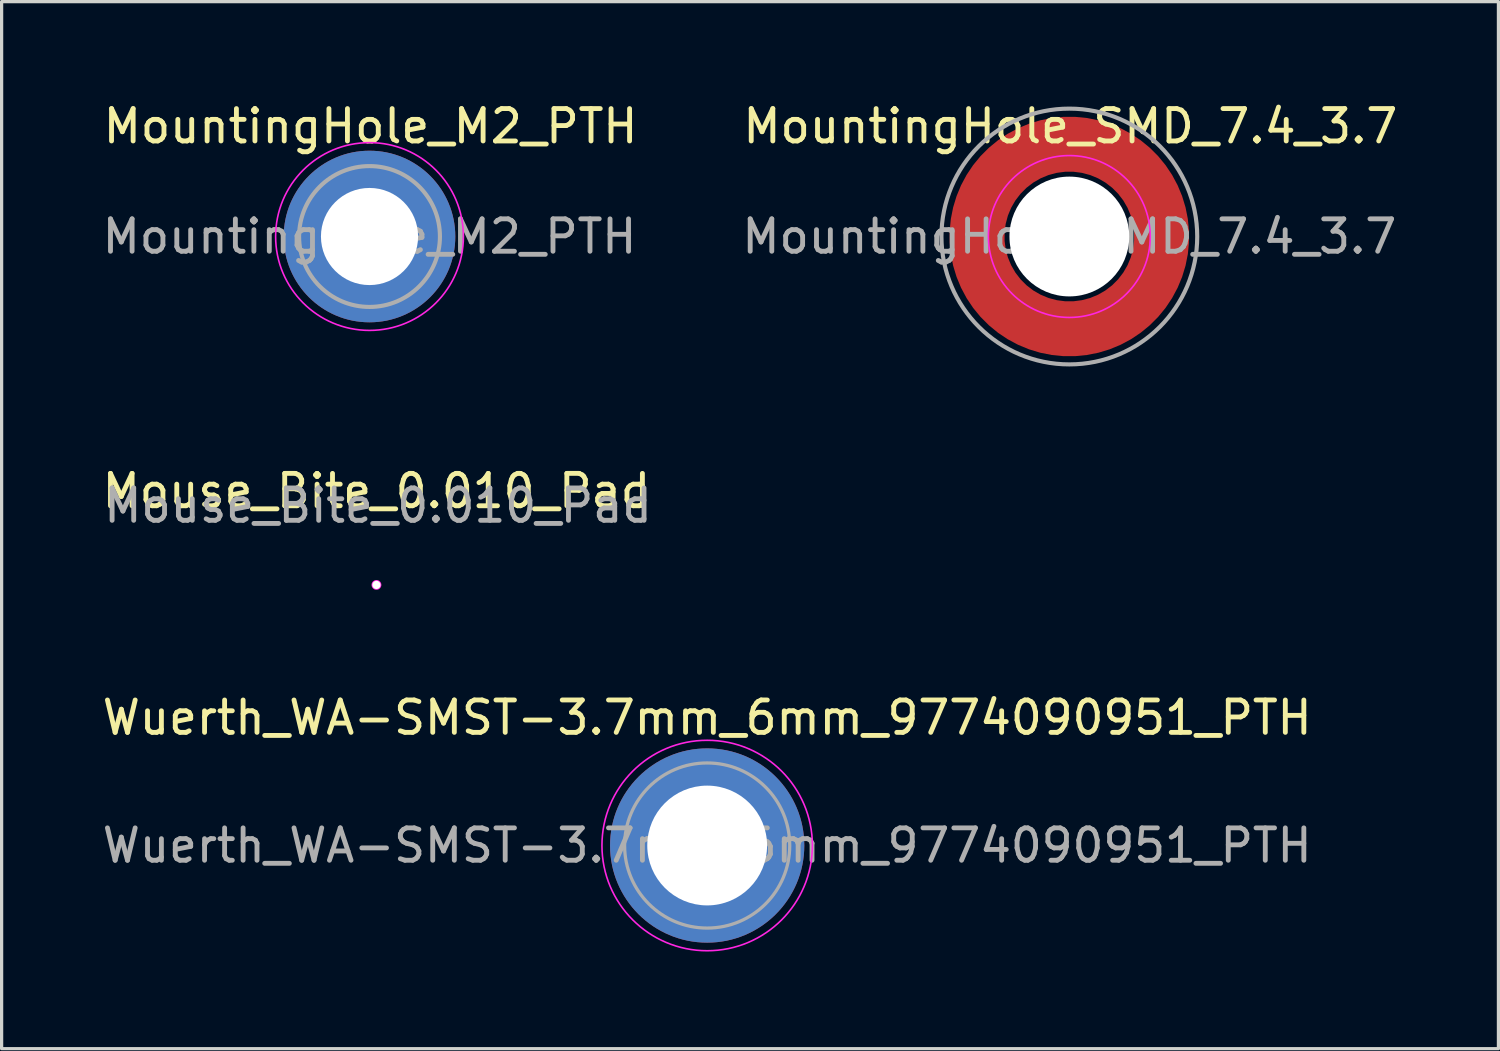
<source format=kicad_pcb>
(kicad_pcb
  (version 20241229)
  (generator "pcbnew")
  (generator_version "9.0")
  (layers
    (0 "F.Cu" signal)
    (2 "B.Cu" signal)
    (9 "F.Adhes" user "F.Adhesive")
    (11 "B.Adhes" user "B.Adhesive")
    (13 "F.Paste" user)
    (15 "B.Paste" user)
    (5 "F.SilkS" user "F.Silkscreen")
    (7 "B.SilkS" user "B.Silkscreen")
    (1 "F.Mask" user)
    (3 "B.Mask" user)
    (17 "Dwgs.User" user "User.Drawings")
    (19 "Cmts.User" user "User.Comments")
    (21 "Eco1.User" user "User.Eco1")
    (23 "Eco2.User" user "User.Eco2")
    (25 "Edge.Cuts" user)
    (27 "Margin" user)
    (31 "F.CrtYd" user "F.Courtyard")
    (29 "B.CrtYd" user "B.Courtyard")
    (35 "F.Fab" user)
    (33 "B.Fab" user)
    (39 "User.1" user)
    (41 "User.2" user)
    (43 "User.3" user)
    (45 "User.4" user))
  (footprint "MountingHole_SMD_7.4_3.7"
    (layer "F.Cu")
    (at 29.978 4.255)
    (property "Reference" "MountingHole_SMD_7.4_3.7" (at 0.032 -3.406 0) (layer "F.SilkS") (effects (font (size 1 1) (thickness 0.15))))
    (attr through_hole)
    (fp_circle (center 0 0) (end 2.5 0) (stroke (width 0.05) (type solid)) (fill no) (layer "F.CrtYd"))
    (fp_circle (center 0 0) (end 3.95 0) (stroke (width 0.127) (type solid)) (fill no) (layer "F.Fab"))
    (fp_text user "${REFERENCE}" (at 0 0 0) (layer "F.Fab") (effects (font (size 1 1) (thickness 0.15))))
    (pad "" np_thru_hole circle (at 0 0) (size 3.7 3.7) (drill 3.7) (layers "*.Cu" "*.Mask"))
    (pad "1" smd custom (at 2.85 0) (size 1 1) (layers "F.Cu" "F.Mask") (options (anchor circle)) (primitives (gr_circle (center -2.85 0) (end 0 0) (width 1.7) (fill no)))))
  (footprint "Wuerth_WA-SMST-3.7mm_6mm_9774090951_PTH"
    (layer "F.Cu")
    (at 18.792 23.065)
    (property "Reference" "Wuerth_WA-SMST-3.7mm_6mm_9774090951_PTH" (at 0 -3.95 0) (layer "F.SilkS") (effects (font (size 1 1) (thickness 0.15))))
    (attr smd)
    (fp_circle (center 0 0) (end 3.25 0) (stroke (width 0.05) (type solid)) (fill no) (layer "F.CrtYd"))
    (fp_circle (center 0 0) (end 2.55 0) (stroke (width 0.1) (type solid)) (fill no) (layer "F.Fab"))
    (fp_text user "${REFERENCE}" (at 0 0 0) (layer "F.Fab") (effects (font (size 1 1) (thickness 0.15))))
    (pad "" smd custom (at -1.704 -1.704) (size 0.62 0.62) (layers "F.Paste") (options (anchor circle)) (primitives (gr_arc (start -0.250195 1.279127) (mid 0.289146 0.290681) (end 1.277006 -0.249732) (width 0.2)) (gr_arc (start -0.34334 1.279127) (mid 0.224883 0.226093) (end 1.277452 -0.342992) (width 0.2)) (gr_arc (start -0.436309 1.279127) (mid 0.160537 0.16159) (end 1.277666 -0.436018) (width 0.2)) (gr_arc (start -0.529126 1.279127) (mid 0.095932 0.097343) (end 1.277167 -0.528752) (width 0.2)) (gr_arc (start -0.621807 1.279127) (mid 0.0309 0.033527) (end 1.275473 -0.621136) (width 0.2)) (gr_arc (start -0.71437 1.279127) (mid -0.03322 -0.031206) (end 1.276322 -0.713875) (width 0.2)) (gr_arc (start -0.806826 1.279127) (mid -0.097997 -0.095278) (end 1.275336 -0.806181) (width 0.2)) (gr_arc (start -0.899187 1.279127) (mid -0.161977 -0.160149) (end 1.276577 -0.898769) (width 0.2)) (gr_arc (start -0.991463 1.279127) (mid -0.226842 -0.224133) (end 1.275343 -0.990864) (width 0.2)) (gr_arc (start -1.083663 1.279127) (mid -0.291026 -0.288801) (end 1.276016 -1.083187) (width 0.2)) (gr_line (start 1.279 -0.25) (end 1.279 -1.084) (width 0.2)) (gr_line (start -0.25 1.279) (end -1.084 1.279) (width 0.2))))
    (pad "" smd custom (at -1.704 1.704) (size 0.62 0.62) (layers "F.Paste") (options (anchor circle)) (primitives (gr_arc (start 1.279127 0.250195) (mid 0.290681 -0.289146) (end -0.249732 -1.277006) (width 0.2)) (gr_arc (start 1.279127 0.34334) (mid 0.226093 -0.224883) (end -0.342992 -1.277452) (width 0.2)) (gr_arc (start 1.279127 0.436309) (mid 0.16159 -0.160537) (end -0.436018 -1.277666) (width 0.2)) (gr_arc (start 1.279127 0.529126) (mid 0.097343 -0.095932) (end -0.528752 -1.277167) (width 0.2)) (gr_arc (start 1.279127 0.621807) (mid 0.033527 -0.0309) (end -0.621136 -1.275473) (width 0.2)) (gr_arc (start 1.279127 0.71437) (mid -0.031206 0.03322) (end -0.713875 -1.276322) (width 0.2)) (gr_arc (start 1.279127 0.806826) (mid -0.095278 0.097997) (end -0.806181 -1.275336) (width 0.2)) (gr_arc (start 1.279127 0.899187) (mid -0.160149 0.161977) (end -0.898769 -1.276577) (width 0.2)) (gr_arc (start 1.279127 0.991463) (mid -0.224133 0.226842) (end -0.990864 -1.275343) (width 0.2)) (gr_arc (start 1.279127 1.083663) (mid -0.288801 0.291026) (end -1.083187 -1.276016) (width 0.2)) (gr_line (start -0.25 -1.279) (end -1.084 -1.279) (width 0.2)) (gr_line (start 1.279 0.25) (end 1.279 1.084) (width 0.2))))
    (pad "" smd custom (at 1.704 -1.704) (size 0.62 0.62) (layers "F.Paste") (options (anchor circle)) (primitives (gr_arc (start -1.279127 -0.250195) (mid -0.290681 0.289146) (end 0.249732 1.277006) (width 0.2)) (gr_arc (start -1.279127 -0.34334) (mid -0.226093 0.224883) (end 0.342992 1.277452) (width 0.2)) (gr_arc (start -1.279127 -0.436309) (mid -0.16159 0.160537) (end 0.436018 1.277666) (width 0.2)) (gr_arc (start -1.279127 -0.529126) (mid -0.097343 0.095932) (end 0.528752 1.277167) (width 0.2)) (gr_arc (start -1.279127 -0.621807) (mid -0.033527 0.0309) (end 0.621136 1.275473) (width 0.2)) (gr_arc (start -1.279127 -0.71437) (mid 0.031206 -0.03322) (end 0.713875 1.276322) (width 0.2)) (gr_arc (start -1.279127 -0.806826) (mid 0.095278 -0.097997) (end 0.806181 1.275336) (width 0.2)) (gr_arc (start -1.279127 -0.899187) (mid 0.160149 -0.161977) (end 0.898769 1.276577) (width 0.2)) (gr_arc (start -1.279127 -0.991463) (mid 0.224133 -0.226842) (end 0.990864 1.275343) (width 0.2)) (gr_arc (start -1.279127 -1.083663) (mid 0.288801 -0.291026) (end 1.083187 1.276016) (width 0.2)) (gr_line (start 0.25 1.279) (end 1.084 1.279) (width 0.2)) (gr_line (start -1.279 -0.25) (end -1.279 -1.084) (width 0.2))))
    (pad "" smd custom (at 1.704 1.704) (size 0.62 0.62) (layers "F.Paste") (options (anchor circle)) (primitives (gr_arc (start 0.250195 -1.279127) (mid -0.289146 -0.290681) (end -1.277006 0.249732) (width 0.2)) (gr_arc (start 0.34334 -1.279127) (mid -0.224883 -0.226093) (end -1.277452 0.342992) (width 0.2)) (gr_arc (start 0.436309 -1.279127) (mid -0.160537 -0.16159) (end -1.277666 0.436018) (width 0.2)) (gr_arc (start 0.529126 -1.279127) (mid -0.095932 -0.097343) (end -1.277167 0.528752) (width 0.2)) (gr_arc (start 0.621807 -1.279127) (mid -0.0309 -0.033527) (end -1.275473 0.621136) (width 0.2)) (gr_arc (start 0.71437 -1.279127) (mid 0.03322 0.031206) (end -1.276322 0.713875) (width 0.2)) (gr_arc (start 0.806826 -1.279127) (mid 0.097997 0.095278) (end -1.275336 0.806181) (width 0.2)) (gr_arc (start 0.899187 -1.279127) (mid 0.161977 0.160149) (end -1.276577 0.898769) (width 0.2)) (gr_arc (start 0.991463 -1.279127) (mid 0.226842 0.224133) (end -1.275343 0.990864) (width 0.2)) (gr_arc (start 1.083663 -1.279127) (mid 0.291026 0.288801) (end -1.276016 1.083187) (width 0.2)) (gr_line (start -1.279 0.25) (end -1.279 1.084) (width 0.2)) (gr_line (start 0.25 -1.279) (end 1.084 -1.279) (width 0.2))))
    (pad "1" smd circle (at -2.425 0) (size 0.75 0.75) (layers "F.Cu"))
    (pad "1" smd circle (at 0 -2.425) (size 0.75 0.75) (layers "F.Cu"))
    (pad "1" thru_hole circle (at 0 0) (size 6 6) (drill 3.7) (layers "*.Cu" "*.Mask"))
    (pad "1" smd circle (at 0 2.425) (size 0.75 0.75) (layers "F.Cu")))
  (footprint "MountingHole_M2_PTH"
    (layer "F.Cu")
    (at 8.363 4.255)
    (property "Reference" "MountingHole_M2_PTH" (at 0.032 -3.406 0) (layer "F.SilkS") (effects (font (size 1 1) (thickness 0.15))))
    (attr smd)
    (fp_poly (pts (xy -2.54 0.3) (xy -1.52 0.3) (xy -1.51 0.355) (xy -1.49 0.43) (xy -1.46 0.525) (xy -1.42 0.625) (xy -1.355 0.755) (xy -1.31 0.83) (xy -1.255 0.91) (xy -1.205 0.975) (xy -1.145 1.045) (xy -1.11 1.08) (xy -1.07 1.12) (xy -1.025 1.165) (xy -0.97 1.21) (xy -0.89 1.27) (xy -0.815 1.32) (xy -0.745 1.36) (xy -0.645 1.41) (xy -0.575 1.44) (xy -0.51 1.465) (xy -0.43 1.49) (xy -0.355 1.51) (xy -0.3 1.52) (xy -0.3 2.54) (xy -0.36 2.535) (xy -0.425 2.525) (xy -0.51 2.51) (xy -0.6 2.49) (xy -0.675 2.47) (xy -0.75 2.45) (xy -0.825 2.425) (xy -0.895 2.4) (xy -0.97 2.37) (xy -1.04 2.34) (xy -1.115 2.305) (xy -1.165 2.28) (xy -1.25 2.235) (xy -1.32 2.195) (xy -1.39 2.15) (xy -1.465 2.1) (xy -1.56 2.03) (xy -1.655 1.955) (xy -1.715 1.9) (xy -1.785 1.835) (xy -1.845 1.775) (xy -1.905 1.71) (xy -1.955 1.655) (xy -2.01 1.585) (xy -2.06 1.52) (xy -2.11 1.45) (xy -2.16 1.375) (xy -2.2 1.31) (xy -2.245 1.23) (xy -2.285 1.155) (xy -2.325 1.075) (xy -2.36 0.995) (xy -2.39 0.92) (xy -2.415 0.855) (xy -2.445 0.76) (xy -2.475 0.66) (xy -2.5 0.56) (xy -2.515 0.485) (xy -2.525 0.425) (xy -2.535 0.36)) (stroke (width 0.01) (type solid)) (fill yes) (layer "F.Paste"))
    (fp_poly (pts (xy -0.3 -2.54) (xy -0.3 -1.52) (xy -0.355 -1.51) (xy -0.43 -1.49) (xy -0.525 -1.46) (xy -0.625 -1.42) (xy -0.755 -1.355) (xy -0.83 -1.31) (xy -0.91 -1.255) (xy -0.975 -1.205) (xy -1.045 -1.145) (xy -1.08 -1.11) (xy -1.12 -1.07) (xy -1.165 -1.025) (xy -1.21 -0.97) (xy -1.27 -0.89) (xy -1.32 -0.815) (xy -1.36 -0.745) (xy -1.41 -0.645) (xy -1.44 -0.575) (xy -1.465 -0.51) (xy -1.49 -0.43) (xy -1.51 -0.355) (xy -1.52 -0.3) (xy -2.54 -0.3) (xy -2.535 -0.36) (xy -2.525 -0.425) (xy -2.51 -0.51) (xy -2.49 -0.6) (xy -2.47 -0.675) (xy -2.45 -0.75) (xy -2.425 -0.825) (xy -2.4 -0.895) (xy -2.37 -0.97) (xy -2.34 -1.04) (xy -2.305 -1.115) (xy -2.28 -1.165) (xy -2.235 -1.25) (xy -2.195 -1.32) (xy -2.15 -1.39) (xy -2.1 -1.465) (xy -2.03 -1.56) (xy -1.955 -1.655) (xy -1.9 -1.715) (xy -1.835 -1.785) (xy -1.775 -1.845) (xy -1.71 -1.905) (xy -1.655 -1.955) (xy -1.585 -2.01) (xy -1.52 -2.06) (xy -1.45 -2.11) (xy -1.375 -2.16) (xy -1.31 -2.2) (xy -1.23 -2.245) (xy -1.155 -2.285) (xy -1.075 -2.325) (xy -0.995 -2.36) (xy -0.92 -2.39) (xy -0.855 -2.415) (xy -0.76 -2.445) (xy -0.66 -2.475) (xy -0.56 -2.5) (xy -0.485 -2.515) (xy -0.425 -2.525) (xy -0.36 -2.535)) (stroke (width 0.01) (type solid)) (fill yes) (layer "F.Paste"))
    (fp_poly (pts (xy 0.3 2.54) (xy 0.3 1.52) (xy 0.355 1.51) (xy 0.43 1.49) (xy 0.525 1.46) (xy 0.625 1.42) (xy 0.755 1.355) (xy 0.83 1.31) (xy 0.91 1.255) (xy 0.975 1.205) (xy 1.045 1.145) (xy 1.08 1.11) (xy 1.12 1.07) (xy 1.165 1.025) (xy 1.21 0.97) (xy 1.27 0.89) (xy 1.32 0.815) (xy 1.36 0.745) (xy 1.41 0.645) (xy 1.44 0.575) (xy 1.465 0.51) (xy 1.49 0.43) (xy 1.51 0.355) (xy 1.52 0.3) (xy 2.54 0.3) (xy 2.535 0.36) (xy 2.525 0.425) (xy 2.51 0.51) (xy 2.49 0.6) (xy 2.47 0.675) (xy 2.45 0.75) (xy 2.425 0.825) (xy 2.4 0.895) (xy 2.37 0.97) (xy 2.34 1.04) (xy 2.305 1.115) (xy 2.28 1.165) (xy 2.235 1.25) (xy 2.195 1.32) (xy 2.15 1.39) (xy 2.1 1.465) (xy 2.03 1.56) (xy 1.955 1.655) (xy 1.9 1.715) (xy 1.835 1.785) (xy 1.775 1.845) (xy 1.71 1.905) (xy 1.655 1.955) (xy 1.585 2.01) (xy 1.52 2.06) (xy 1.45 2.11) (xy 1.375 2.16) (xy 1.31 2.2) (xy 1.23 2.245) (xy 1.155 2.285) (xy 1.075 2.325) (xy 0.995 2.36) (xy 0.92 2.39) (xy 0.855 2.415) (xy 0.76 2.445) (xy 0.66 2.475) (xy 0.56 2.5) (xy 0.485 2.515) (xy 0.425 2.525) (xy 0.36 2.535)) (stroke (width 0.01) (type solid)) (fill yes) (layer "F.Paste"))
    (fp_poly (pts (xy 2.54 -0.3) (xy 1.52 -0.3) (xy 1.51 -0.355) (xy 1.49 -0.43) (xy 1.46 -0.525) (xy 1.42 -0.625) (xy 1.355 -0.755) (xy 1.31 -0.83) (xy 1.255 -0.91) (xy 1.205 -0.975) (xy 1.145 -1.045) (xy 1.11 -1.08) (xy 1.07 -1.12) (xy 1.025 -1.165) (xy 0.97 -1.21) (xy 0.89 -1.27) (xy 0.815 -1.32) (xy 0.745 -1.36) (xy 0.645 -1.41) (xy 0.575 -1.44) (xy 0.51 -1.465) (xy 0.43 -1.49) (xy 0.355 -1.51) (xy 0.3 -1.52) (xy 0.3 -2.54) (xy 0.36 -2.535) (xy 0.425 -2.525) (xy 0.51 -2.51) (xy 0.6 -2.49) (xy 0.675 -2.47) (xy 0.75 -2.45) (xy 0.825 -2.425) (xy 0.895 -2.4) (xy 0.97 -2.37) (xy 1.04 -2.34) (xy 1.115 -2.305) (xy 1.165 -2.28) (xy 1.25 -2.235) (xy 1.32 -2.195) (xy 1.39 -2.15) (xy 1.465 -2.1) (xy 1.56 -2.03) (xy 1.655 -1.955) (xy 1.715 -1.9) (xy 1.785 -1.835) (xy 1.845 -1.775) (xy 1.905 -1.71) (xy 1.955 -1.655) (xy 2.01 -1.585) (xy 2.06 -1.52) (xy 2.11 -1.45) (xy 2.16 -1.375) (xy 2.2 -1.31) (xy 2.245 -1.23) (xy 2.285 -1.155) (xy 2.325 -1.075) (xy 2.36 -0.995) (xy 2.39 -0.92) (xy 2.415 -0.855) (xy 2.445 -0.76) (xy 2.475 -0.66) (xy 2.5 -0.56) (xy 2.515 -0.485) (xy 2.525 -0.425) (xy 2.535 -0.36)) (stroke (width 0.01) (type solid)) (fill yes) (layer "F.Paste"))
    (fp_circle (center 0 0) (end 2.9 0) (stroke (width 0.05) (type solid)) (fill no) (layer "F.CrtYd"))
    (fp_circle (center 0 0) (end 2.175 0) (stroke (width 0.127) (type solid)) (fill no) (layer "F.Fab"))
    (fp_text user "${REFERENCE}" (at 0 0 0) (layer "F.Fab") (effects (font (size 1 1) (thickness 0.15))))
    (pad "1" thru_hole circle (at 0 0) (size 5.3 5.3) (drill 3) (layers "*.Cu" "*.Mask")))
  (footprint "Mouse_Bite_0.010_Pad"
    (layer "F.Cu")
    (at 8.577 15.016)
    (property "Reference" "Mouse_Bite_0.010_Pad" (at 0 -2.9 0) (layer "F.SilkS") (effects (font (size 1 1) (thickness 0.15))))
    (attr exclude_from_pos_files exclude_from_bom)
    (fp_circle (center 0 0) (end 0.127 0) (stroke (width 0.051) (type solid)) (fill no) (layer "F.CrtYd"))
    (fp_text user "${REFERENCE}" (at 0.05 -2.45 0) (layer "F.Fab") (effects (font (size 1 1) (thickness 0.15))))
    (pad "" np_thru_hole circle (at 0 0) (size 0.254 0.254) (drill 0.254) (layers "*.Cu" "*.Mask")))
  (gr_rect
    (start -3 -3)
    (end 43.231 29.34)
    (stroke (width 0.1) (type default))
    (fill no)
    (layer "Edge.Cuts")))
</source>
